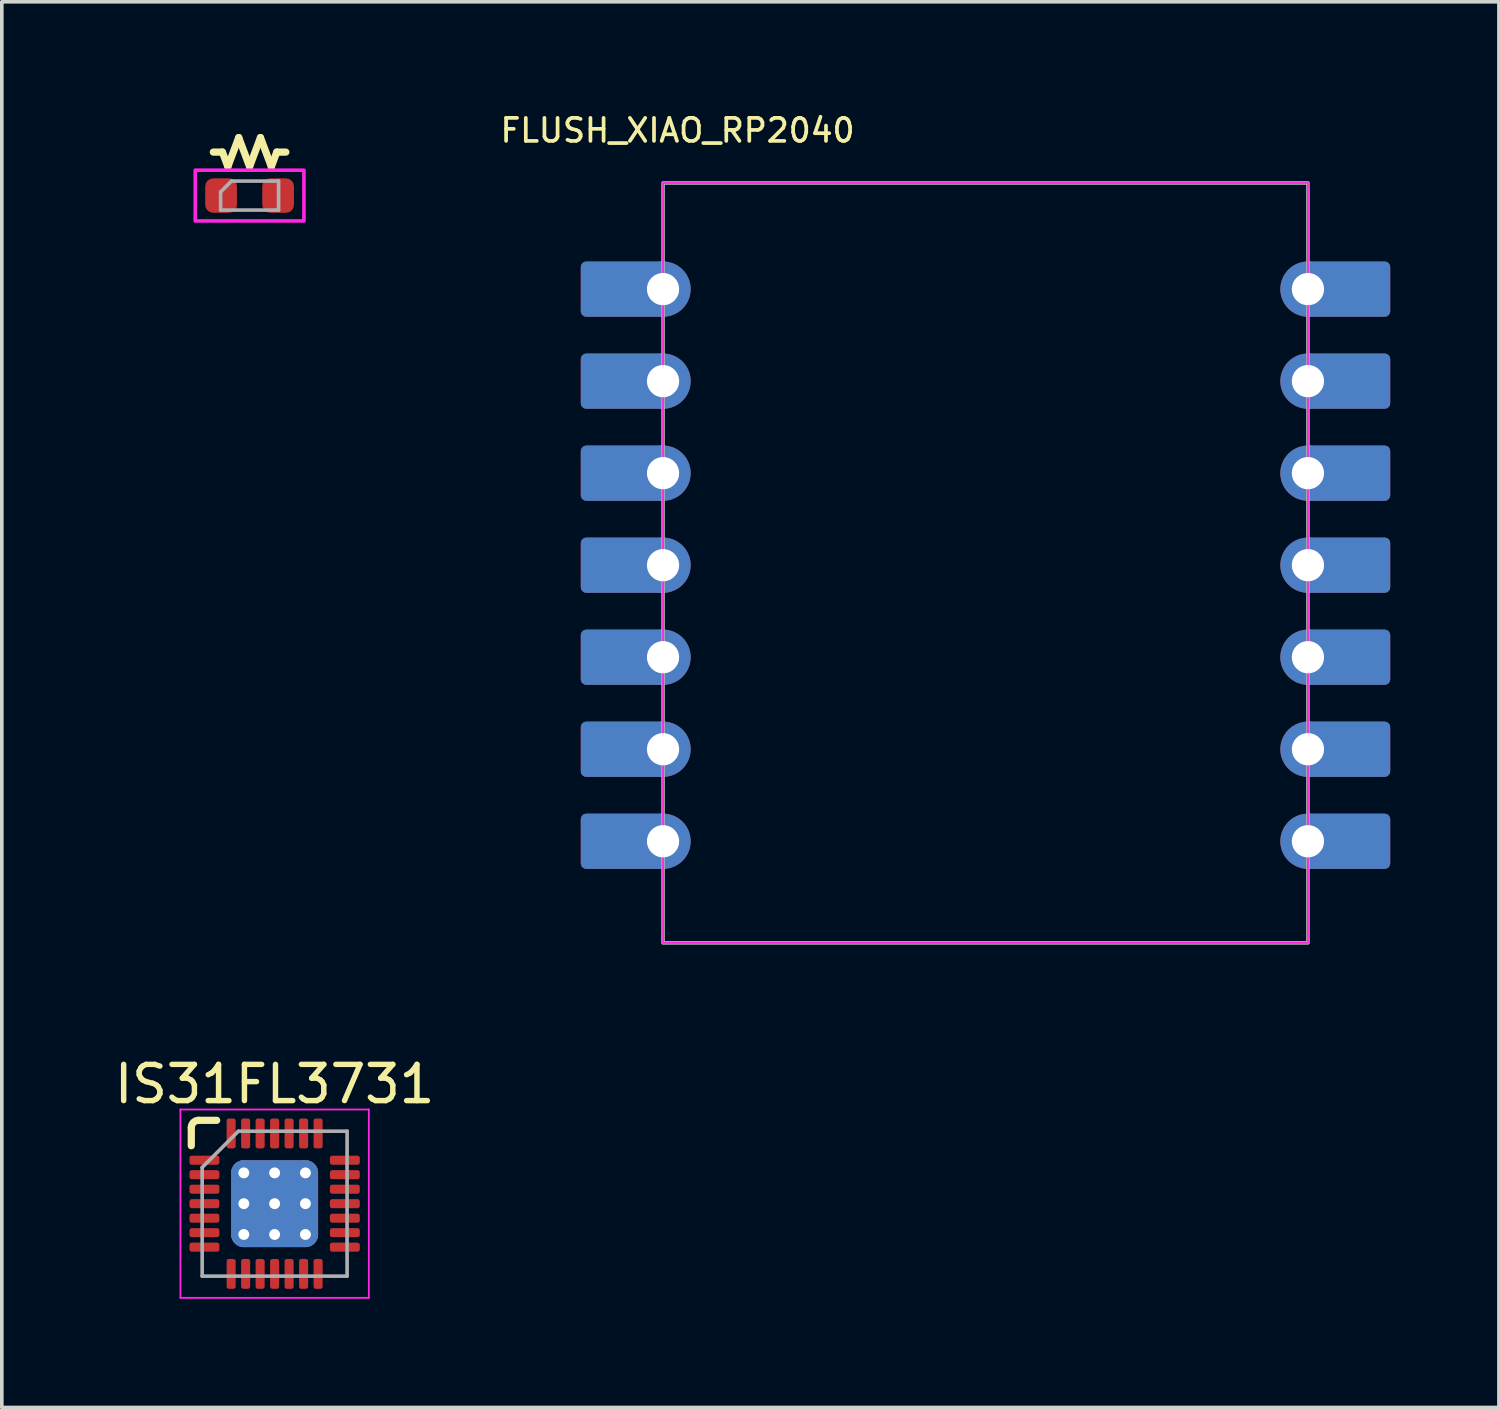
<source format=kicad_pcb>
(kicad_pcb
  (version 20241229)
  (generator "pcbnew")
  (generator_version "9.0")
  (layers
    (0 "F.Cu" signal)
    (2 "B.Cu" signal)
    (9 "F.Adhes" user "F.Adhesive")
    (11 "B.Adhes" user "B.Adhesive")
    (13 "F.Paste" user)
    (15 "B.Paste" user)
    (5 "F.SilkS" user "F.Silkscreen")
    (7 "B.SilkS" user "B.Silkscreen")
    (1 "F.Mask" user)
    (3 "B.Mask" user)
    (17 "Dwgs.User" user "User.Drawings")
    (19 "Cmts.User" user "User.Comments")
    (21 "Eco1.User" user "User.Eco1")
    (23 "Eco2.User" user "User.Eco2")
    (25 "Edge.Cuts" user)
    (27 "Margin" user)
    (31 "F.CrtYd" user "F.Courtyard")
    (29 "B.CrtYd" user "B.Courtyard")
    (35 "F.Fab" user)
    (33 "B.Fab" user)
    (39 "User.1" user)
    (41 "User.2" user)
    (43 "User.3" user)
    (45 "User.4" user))
  (footprint "FLUSH_XIAO_RP2040"
    (layer "F.Cu")
    (at 24.151 12.55)
    (property "Reference" "FLUSH_XIAO_RP2040" (at -8.5 -12 0) (unlocked yes) (layer "F.SilkS") (effects (font (size 0.635 0.635) (thickness 0.102))))
    (attr smd)
    (fp_rect (start -8.9 -10.55) (end 8.9 10.425) (stroke (width 0.05) (type default)) (fill no) (layer "F.CrtYd"))
    (fp_rect (start -8.9 -10.55) (end 8.9 10.425) (stroke (width 0.1) (type default)) (fill no) (layer "F.Fab"))
    (fp_rect (start -8.9 8.52) (end -6.995 10.425) (stroke (width 0.1) (type default)) (fill no) (layer "User.6"))
    (fp_rect (start 6.995 8.52) (end 8.9 10.425) (stroke (width 0.1) (type default)) (fill no) (layer "User.6"))
    (pad "1" smd roundrect (at -9.955 -7.62 180) (size 2.432 1.524) (layers "F.Cu" "F.Mask") (roundrect_rratio 0.1))
    (pad "1" smd roundrect (at -9.955 -7.62 180) (size 2.432 1.524) (layers "B.Cu" "B.Mask") (roundrect_rratio 0.1))
    (pad "1" thru_hole circle (at -8.9 -7.62 180) (size 1.524 1.524) (drill 0.889) (property pad_prop_castellated) (layers "*.Cu" "*.Mask"))
    (pad "2" smd roundrect (at -9.955 -5.08 180) (size 2.432 1.524) (layers "F.Cu" "F.Mask") (roundrect_rratio 0.1))
    (pad "2" smd roundrect (at -9.955 -5.08 180) (size 2.432 1.524) (layers "B.Cu" "B.Mask") (roundrect_rratio 0.1))
    (pad "2" thru_hole circle (at -8.9 -5.08 180) (size 1.524 1.524) (drill 0.889) (property pad_prop_castellated) (layers "*.Cu" "*.Mask"))
    (pad "3" smd roundrect (at -9.955 -2.54 180) (size 2.432 1.524) (layers "F.Cu" "F.Mask") (roundrect_rratio 0.1))
    (pad "3" smd roundrect (at -9.955 -2.54 180) (size 2.432 1.524) (layers "B.Cu" "B.Mask") (roundrect_rratio 0.1))
    (pad "3" thru_hole circle (at -8.9 -2.54 180) (size 1.524 1.524) (drill 0.889) (property pad_prop_castellated) (layers "*.Cu" "*.Mask"))
    (pad "4" smd roundrect (at -9.955 0 180) (size 2.432 1.524) (layers "F.Cu" "F.Mask") (roundrect_rratio 0.1))
    (pad "4" smd roundrect (at -9.955 0 180) (size 2.432 1.524) (layers "B.Cu" "B.Mask") (roundrect_rratio 0.1))
    (pad "4" thru_hole circle (at -8.9 0 180) (size 1.524 1.524) (drill 0.889) (property pad_prop_castellated) (layers "*.Cu" "*.Mask"))
    (pad "5" smd roundrect (at -9.955 2.54 180) (size 2.432 1.524) (layers "F.Cu" "F.Mask") (roundrect_rratio 0.1))
    (pad "5" smd roundrect (at -9.955 2.54 180) (size 2.432 1.524) (layers "B.Cu" "B.Mask") (roundrect_rratio 0.1))
    (pad "5" thru_hole circle (at -8.9 2.54 180) (size 1.524 1.524) (drill 0.889) (property pad_prop_castellated) (layers "*.Cu" "*.Mask"))
    (pad "6" smd roundrect (at -9.955 5.08 180) (size 2.432 1.524) (layers "F.Cu" "F.Mask") (roundrect_rratio 0.1))
    (pad "6" smd roundrect (at -9.955 5.08 180) (size 2.432 1.524) (layers "B.Cu" "B.Mask") (roundrect_rratio 0.1))
    (pad "6" thru_hole circle (at -8.9 5.08 180) (size 1.524 1.524) (drill 0.889) (property pad_prop_castellated) (layers "*.Cu" "*.Mask"))
    (pad "7" smd roundrect (at -9.955 7.62 180) (size 2.432 1.524) (layers "F.Cu" "F.Mask") (roundrect_rratio 0.1))
    (pad "7" smd roundrect (at -9.955 7.62 180) (size 2.432 1.524) (layers "B.Cu" "B.Mask") (roundrect_rratio 0.1))
    (pad "7" thru_hole circle (at -8.9 7.62 180) (size 1.524 1.524) (drill 0.889) (property pad_prop_castellated) (layers "*.Cu" "*.Mask"))
    (pad "8" thru_hole circle (at 8.9 7.62) (size 1.524 1.524) (drill 0.889) (property pad_prop_castellated) (layers "*.Cu" "*.Mask"))
    (pad "8" smd roundrect (at 9.955 7.62) (size 2.432 1.524) (layers "F.Cu" "F.Mask") (roundrect_rratio 0.1))
    (pad "8" smd roundrect (at 9.955 7.62) (size 2.432 1.524) (layers "B.Cu" "B.Mask") (roundrect_rratio 0.1))
    (pad "9" thru_hole circle (at 8.9 5.08) (size 1.524 1.524) (drill 0.889) (property pad_prop_castellated) (layers "*.Cu" "*.Mask"))
    (pad "9" smd roundrect (at 9.955 5.08) (size 2.432 1.524) (layers "F.Cu" "F.Mask") (roundrect_rratio 0.1))
    (pad "9" smd roundrect (at 9.955 5.08) (size 2.432 1.524) (layers "B.Cu" "B.Mask") (roundrect_rratio 0.1))
    (pad "10" thru_hole circle (at 8.9 2.54) (size 1.524 1.524) (drill 0.889) (property pad_prop_castellated) (layers "*.Cu" "*.Mask"))
    (pad "10" smd roundrect (at 9.955 2.54) (size 2.432 1.524) (layers "F.Cu" "F.Mask") (roundrect_rratio 0.1))
    (pad "10" smd roundrect (at 9.955 2.54) (size 2.432 1.524) (layers "B.Cu" "B.Mask") (roundrect_rratio 0.1))
    (pad "11" thru_hole circle (at 8.9 0) (size 1.524 1.524) (drill 0.889) (property pad_prop_castellated) (layers "*.Cu" "*.Mask"))
    (pad "11" smd roundrect (at 9.955 0) (size 2.432 1.524) (layers "F.Cu" "F.Mask") (roundrect_rratio 0.1))
    (pad "11" smd roundrect (at 9.955 0) (size 2.432 1.524) (layers "B.Cu" "B.Mask") (roundrect_rratio 0.1))
    (pad "12" thru_hole circle (at 8.9 -2.54) (size 1.524 1.524) (drill 0.889) (property pad_prop_castellated) (layers "*.Cu" "*.Mask"))
    (pad "12" smd roundrect (at 9.955 -2.54) (size 2.432 1.524) (layers "F.Cu" "F.Mask") (roundrect_rratio 0.1))
    (pad "12" smd roundrect (at 9.955 -2.54) (size 2.432 1.524) (layers "B.Cu" "B.Mask") (roundrect_rratio 0.1))
    (pad "13" thru_hole circle (at 8.9 -5.08) (size 1.524 1.524) (drill 0.889) (property pad_prop_castellated) (layers "*.Cu" "*.Mask"))
    (pad "13" smd roundrect (at 9.955 -5.08) (size 2.432 1.524) (layers "F.Cu" "F.Mask") (roundrect_rratio 0.1))
    (pad "13" smd roundrect (at 9.955 -5.08) (size 2.432 1.524) (layers "B.Cu" "B.Mask") (roundrect_rratio 0.1))
    (pad "14" thru_hole circle (at 8.9 -7.62) (size 1.524 1.524) (drill 0.889) (property pad_prop_castellated) (layers "*.Cu" "*.Mask"))
    (pad "14" smd roundrect (at 9.955 -7.62) (size 2.432 1.524) (layers "F.Cu" "F.Mask") (roundrect_rratio 0.1))
    (pad "14" smd roundrect (at 9.955 -7.62) (size 2.432 1.524) (layers "B.Cu" "B.Mask") (roundrect_rratio 0.1)))
  (footprint "IS31FL3731"
    (layer "F.Cu")
    (at 4.53 30.173)
    (property "Reference" "IS31FL3731" (at 0 -3.3 0) (layer "F.SilkS") (effects (font (size 1 1) (thickness 0.15))))
    (attr smd)
    (fp_line (start -2.3 -2.1) (end -2.3 -1.6) (stroke (width 0.2) (type default)) (layer "F.SilkS"))
    (fp_line (start -1.6 -2.3) (end -2.1 -2.3) (stroke (width 0.2) (type default)) (layer "F.SilkS"))
    (fp_arc (start -2.3 -2.1) (mid -2.241421 -2.241421) (end -2.1 -2.3) (stroke (width 0.2) (type default)) (layer "F.SilkS"))
    (fp_line (start -2.6 -2.6) (end -2.6 2.6) (stroke (width 0.05) (type solid)) (layer "F.CrtYd"))
    (fp_line (start -2.6 2.6) (end 2.6 2.6) (stroke (width 0.05) (type solid)) (layer "F.CrtYd"))
    (fp_line (start 2.6 -2.6) (end -2.6 -2.6) (stroke (width 0.05) (type solid)) (layer "F.CrtYd"))
    (fp_line (start 2.6 2.6) (end 2.6 -2.6) (stroke (width 0.05) (type solid)) (layer "F.CrtYd"))
    (fp_line (start -2 -1) (end -1 -2) (stroke (width 0.1) (type solid)) (layer "F.Fab"))
    (fp_line (start -2 2) (end -2 -1) (stroke (width 0.1) (type solid)) (layer "F.Fab"))
    (fp_line (start -1 -2) (end 2 -2) (stroke (width 0.1) (type solid)) (layer "F.Fab"))
    (fp_line (start 2 -2) (end 2 2) (stroke (width 0.1) (type solid)) (layer "F.Fab"))
    (fp_line (start 2 2) (end -2 2) (stroke (width 0.1) (type solid)) (layer "F.Fab"))
    (pad "" smd roundrect (at -0.6 -0.6) (size 1.04 1.04) (layers "F.Paste") (roundrect_rratio 0.337))
    (pad "" smd roundrect (at -0.6 0.6) (size 1.04 1.04) (layers "F.Paste") (roundrect_rratio 0.337))
    (pad "" smd roundrect (at 0.6 -0.6) (size 1.04 1.04) (layers "F.Paste") (roundrect_rratio 0.337))
    (pad "" smd roundrect (at 0.6 0.6) (size 1.04 1.04) (layers "F.Paste") (roundrect_rratio 0.337))
    (pad "1" smd roundrect (at -1.938 -1.2) (size 0.825 0.25) (layers "F.Cu" "F.Mask" "F.Paste") (roundrect_rratio 0.25))
    (pad "2" smd roundrect (at -1.938 -0.8) (size 0.825 0.25) (layers "F.Cu" "F.Mask" "F.Paste") (roundrect_rratio 0.25))
    (pad "3" smd roundrect (at -1.938 -0.4) (size 0.825 0.25) (layers "F.Cu" "F.Mask" "F.Paste") (roundrect_rratio 0.25))
    (pad "4" smd roundrect (at -1.938 0) (size 0.825 0.25) (layers "F.Cu" "F.Mask" "F.Paste") (roundrect_rratio 0.25))
    (pad "5" smd roundrect (at -1.938 0.4) (size 0.825 0.25) (layers "F.Cu" "F.Mask" "F.Paste") (roundrect_rratio 0.25))
    (pad "6" smd roundrect (at -1.938 0.8) (size 0.825 0.25) (layers "F.Cu" "F.Mask" "F.Paste") (roundrect_rratio 0.25))
    (pad "7" smd roundrect (at -1.938 1.2) (size 0.825 0.25) (layers "F.Cu" "F.Mask" "F.Paste") (roundrect_rratio 0.25))
    (pad "8" smd roundrect (at -1.2 1.938) (size 0.25 0.825) (layers "F.Cu" "F.Mask" "F.Paste") (roundrect_rratio 0.25))
    (pad "9" smd roundrect (at -0.8 1.938) (size 0.25 0.825) (layers "F.Cu" "F.Mask" "F.Paste") (roundrect_rratio 0.25))
    (pad "10" smd roundrect (at -0.4 1.938) (size 0.25 0.825) (layers "F.Cu" "F.Mask" "F.Paste") (roundrect_rratio 0.25))
    (pad "11" smd roundrect (at 0 1.938) (size 0.25 0.825) (layers "F.Cu" "F.Mask" "F.Paste") (roundrect_rratio 0.25))
    (pad "12" smd roundrect (at 0.4 1.938) (size 0.25 0.825) (layers "F.Cu" "F.Mask" "F.Paste") (roundrect_rratio 0.25))
    (pad "13" smd roundrect (at 0.8 1.938) (size 0.25 0.825) (layers "F.Cu" "F.Mask" "F.Paste") (roundrect_rratio 0.25))
    (pad "14" smd roundrect (at 1.2 1.938) (size 0.25 0.825) (layers "F.Cu" "F.Mask" "F.Paste") (roundrect_rratio 0.25))
    (pad "15" smd roundrect (at 1.938 1.2) (size 0.825 0.25) (layers "F.Cu" "F.Mask" "F.Paste") (roundrect_rratio 0.25))
    (pad "16" smd roundrect (at 1.938 0.8) (size 0.825 0.25) (layers "F.Cu" "F.Mask" "F.Paste") (roundrect_rratio 0.25))
    (pad "17" smd roundrect (at 1.938 0.4) (size 0.825 0.25) (layers "F.Cu" "F.Mask" "F.Paste") (roundrect_rratio 0.25))
    (pad "18" smd roundrect (at 1.938 0) (size 0.825 0.25) (layers "F.Cu" "F.Mask" "F.Paste") (roundrect_rratio 0.25))
    (pad "19" smd roundrect (at 1.938 -0.4) (size 0.825 0.25) (layers "F.Cu" "F.Mask" "F.Paste") (roundrect_rratio 0.25))
    (pad "20" smd roundrect (at 1.938 -0.8) (size 0.825 0.25) (layers "F.Cu" "F.Mask" "F.Paste") (roundrect_rratio 0.25))
    (pad "21" smd roundrect (at 1.938 -1.2) (size 0.825 0.25) (layers "F.Cu" "F.Mask" "F.Paste") (roundrect_rratio 0.25))
    (pad "22" smd roundrect (at 1.2 -1.938) (size 0.25 0.825) (layers "F.Cu" "F.Mask" "F.Paste") (roundrect_rratio 0.25))
    (pad "23" smd roundrect (at 0.8 -1.938) (size 0.25 0.825) (layers "F.Cu" "F.Mask" "F.Paste") (roundrect_rratio 0.25))
    (pad "24" smd roundrect (at 0.4 -1.938) (size 0.25 0.825) (layers "F.Cu" "F.Mask" "F.Paste") (roundrect_rratio 0.25))
    (pad "25" smd roundrect (at 0 -1.938) (size 0.25 0.825) (layers "F.Cu" "F.Mask" "F.Paste") (roundrect_rratio 0.25))
    (pad "26" smd roundrect (at -0.4 -1.938) (size 0.25 0.825) (layers "F.Cu" "F.Mask" "F.Paste") (roundrect_rratio 0.25))
    (pad "27" smd roundrect (at -0.8 -1.938) (size 0.25 0.825) (layers "F.Cu" "F.Mask" "F.Paste") (roundrect_rratio 0.25))
    (pad "28" smd roundrect (at -1.2 -1.938) (size 0.25 0.825) (layers "F.Cu" "F.Mask" "F.Paste") (roundrect_rratio 0.25))
    (pad "29" thru_hole circle (at -0.85 -0.85) (size 0.7 0.7) (drill 0.3) (property pad_prop_heatsink) (layers "*.Cu"))
    (pad "29" thru_hole circle (at -0.85 0) (size 0.7 0.7) (drill 0.3) (property pad_prop_heatsink) (layers "*.Cu"))
    (pad "29" thru_hole circle (at -0.85 0.85) (size 0.7 0.7) (drill 0.3) (property pad_prop_heatsink) (layers "*.Cu"))
    (pad "29" thru_hole circle (at 0 -0.85 90) (size 0.7 0.7) (drill 0.3) (property pad_prop_heatsink) (layers "*.Cu"))
    (pad "29" thru_hole circle (at 0 0) (size 0.7 0.7) (drill 0.3) (property pad_prop_heatsink) (layers "*.Cu"))
    (pad "29" smd roundrect (at 0 0) (size 2.4 2.4) (property pad_prop_heatsink) (layers "F.Cu" "F.Mask") (roundrect_rratio 0.146))
    (pad "29" smd roundrect (at 0 0) (size 2.4 2.4) (property pad_prop_heatsink) (layers "B.Cu") (roundrect_rratio 0.146))
    (pad "29" thru_hole circle (at 0 0.85 90) (size 0.7 0.7) (drill 0.3) (property pad_prop_heatsink) (layers "*.Cu"))
    (pad "29" thru_hole circle (at 0.85 -0.85) (size 0.7 0.7) (drill 0.3) (property pad_prop_heatsink) (layers "*.Cu"))
    (pad "29" thru_hole circle (at 0.85 0) (size 0.7 0.7) (drill 0.3) (property pad_prop_heatsink) (layers "*.Cu"))
    (pad "29" thru_hole circle (at 0.85 0.85) (size 0.7 0.7) (drill 0.3) (property pad_prop_heatsink) (layers "*.Cu")))
  (footprint "0603_RES"
    (layer "F.Cu")
    (at 3.839 2.348)
    (property "Reference" "0603_RES" (at 0 -1.5 0) (layer "User.1") (effects (font (size 1 1) (thickness 0.15))))
    (attr smd)
    (fp_line (start -0.75 -1.2) (end -1 -1.2) (stroke (width 0.2) (type default)) (layer "F.SilkS"))
    (fp_line (start -0.75 -1.2) (end -0.6 -0.8) (stroke (width 0.2) (type default)) (layer "F.SilkS"))
    (fp_line (start -0.6 -0.8) (end -0.3 -1.6) (stroke (width 0.2) (type default)) (layer "F.SilkS"))
    (fp_line (start -0.000002 -0.8) (end -0.3 -1.6) (stroke (width 0.2) (type default)) (layer "F.SilkS"))
    (fp_line (start -0.000002 -0.8) (end 0.3 -1.6) (stroke (width 0.2) (type default)) (layer "F.SilkS"))
    (fp_line (start 0.6 -0.8) (end 0.3 -1.6) (stroke (width 0.2) (type default)) (layer "F.SilkS"))
    (fp_line (start 0.75 -1.2) (end 0.6 -0.8) (stroke (width 0.2) (type default)) (layer "F.SilkS"))
    (fp_line (start 1 -1.2) (end 0.75 -1.2) (stroke (width 0.2) (type default)) (layer "F.SilkS"))
    (fp_rect (start -1.5 -0.7) (end 1.5 0.7) (stroke (width 0.1) (type default)) (fill no) (layer "F.CrtYd"))
    (fp_line (start -0.8 -0.1) (end -0.8 0.4) (stroke (width 0.1) (type solid)) (layer "F.Fab"))
    (fp_line (start -0.8 0.4) (end 0.8 0.4) (stroke (width 0.1) (type solid)) (layer "F.Fab"))
    (fp_line (start -0.5 -0.4) (end -0.8 -0.1) (stroke (width 0.1) (type solid)) (layer "F.Fab"))
    (fp_line (start 0.8 -0.4) (end -0.5 -0.4) (stroke (width 0.1) (type solid)) (layer "F.Fab"))
    (fp_line (start 0.8 0.4) (end 0.8 -0.4) (stroke (width 0.1) (type solid)) (layer "F.Fab"))
    (pad "1" smd roundrect (at -0.787 0) (size 0.875 0.95) (layers "F.Cu" "F.Mask" "F.Paste") (roundrect_rratio 0.25))
    (pad "2" smd roundrect (at 0.787 0) (size 0.875 0.95) (layers "F.Cu" "F.Mask" "F.Paste") (roundrect_rratio 0.25)))
  (gr_rect
    (start -3 -3)
    (end 38.322 35.798)
    (stroke (width 0.1) (type default))
    (fill no)
    (layer "Edge.Cuts")))
</source>
